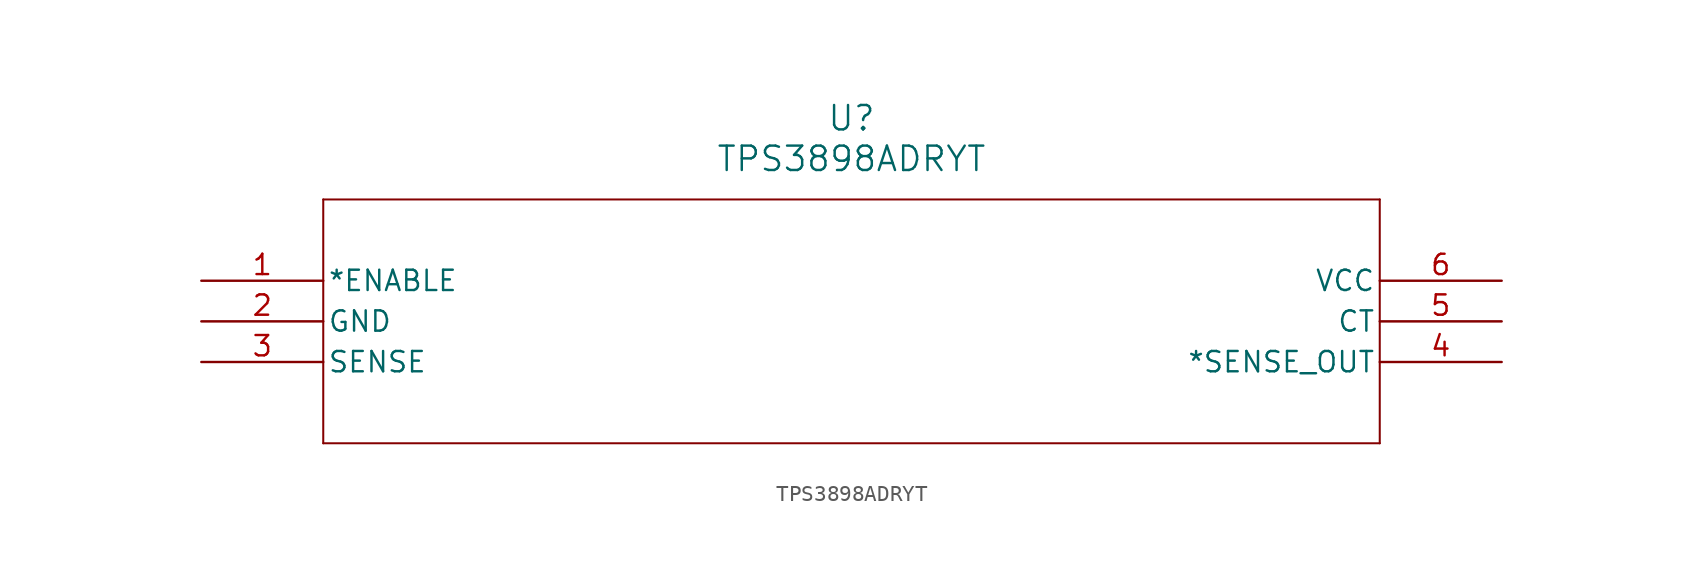
<source format=kicad_sym>
(kicad_symbol_lib
  (version 20211014)
  (generator kicad_symbol_editor)
  (symbol "TPS3898ADRYT"
    (pin_names
      (offset 0.254))
    (property "Reference" "U"
      (at 40.64 10.16 0)
      (effects (font (size 1.524 1.524))))
    (property "Value" "TPS3898ADRYT"
      (at 40.64 7.62 0)
      (effects (font (size 1.524 1.524))))
    (symbol "TPS3898ADRYT_0_1"
      (polyline (pts (xy 7.62 5.08) (xy 7.62 -10.16)) (stroke (width 0.127) (type default) (color 0 0 0 0)) (fill (type none)))
      (polyline (pts (xy 7.62 -10.16) (xy 73.66 -10.16)) (stroke (width 0.127) (type default) (color 0 0 0 0)) (fill (type none)))
      (polyline (pts (xy 73.66 -10.16) (xy 73.66 5.08)) (stroke (width 0.127) (type default) (color 0 0 0 0)) (fill (type none)))
      (polyline (pts (xy 73.66 5.08) (xy 7.62 5.08)) (stroke (width 0.127) (type default) (color 0 0 0 0)) (fill (type none)))
      (pin unspecified line (at 0 0 0) (length 7.62) (name "*ENABLE" (effects (font (size 1.27 1.27)))) (number "1" (effects (font (size 1.27 1.27)))))
      (pin power_in line (at 0 -2.54 0) (length 7.62) (name "GND" (effects (font (size 1.27 1.27)))) (number "2" (effects (font (size 1.27 1.27)))))
      (pin unspecified line (at 0 -5.08 0) (length 7.62) (name "SENSE" (effects (font (size 1.27 1.27)))) (number "3" (effects (font (size 1.27 1.27)))))
      (pin output line (at 81.28 -5.08 180) (length 7.62) (name "*SENSE_OUT" (effects (font (size 1.27 1.27)))) (number "4" (effects (font (size 1.27 1.27)))))
      (pin unspecified line (at 81.28 -2.54 180) (length 7.62) (name "CT" (effects (font (size 1.27 1.27)))) (number "5" (effects (font (size 1.27 1.27)))))
      (pin power_in line (at 81.28 0 180) (length 7.62) (name "VCC" (effects (font (size 1.27 1.27)))) (number "6" (effects (font (size 1.27 1.27))))))))
</source>
